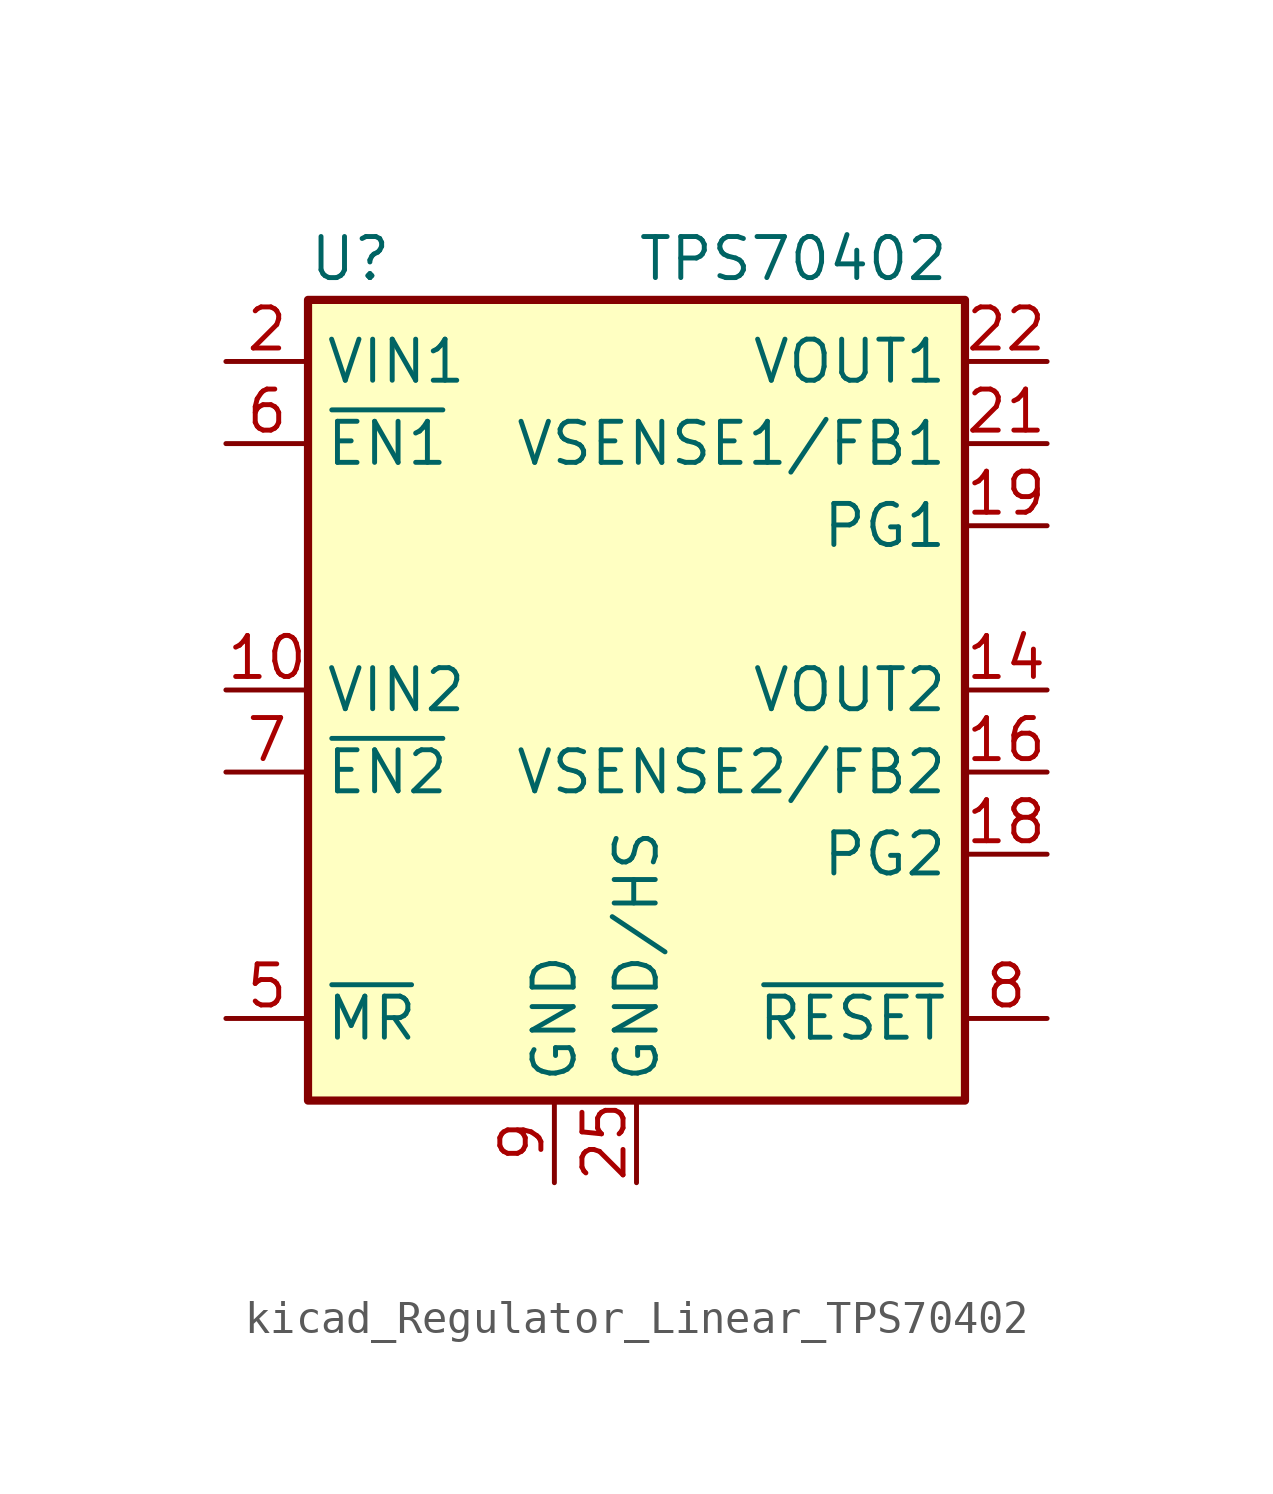
<source format=kicad_sym>
(kicad_symbol_lib
  (version 20220914)
  (generator kicad_symbol_editor)
  (symbol "kicad_Regulator_Linear_TPS70402"
    (property "Reference" "U"
      (at -10.16 13.335 0)
      (effects (font (size 1.27 1.27)) (justify left)))
    (property "Value" "TPS70402"
      (at 0 13.335 0)
      (effects (font (size 1.27 1.27)) (justify left)))
    (symbol "kicad_Regulator_Linear_TPS70402_0_1"
      (rectangle (start -10.16 12.065) (end 10.16 -12.7) (stroke (width 0.254) (type default)) (fill (type background))))
    (symbol "kicad_Regulator_Linear_TPS70402_1_1"
      (pin passive line (at 0 -15.24 90) (length 2.54) hide (name "GND/HS" (effects (font (size 1.27 1.27)))) (number "1" (effects (font (size 1.27 1.27)))))
      (pin power_in line (at -12.7 0 0) (length 2.54) (name "VIN2" (effects (font (size 1.27 1.27)))) (number "10" (effects (font (size 1.27 1.27)))))
      (pin passive line (at -12.7 0 0) (length 2.54) hide (name "VIN2" (effects (font (size 1.27 1.27)))) (number "11" (effects (font (size 1.27 1.27)))))
      (pin passive line (at 0 -15.24 90) (length 2.54) hide (name "GND/HS" (effects (font (size 1.27 1.27)))) (number "12" (effects (font (size 1.27 1.27)))))
      (pin passive line (at 0 -15.24 90) (length 2.54) hide (name "GND/HS" (effects (font (size 1.27 1.27)))) (number "13" (effects (font (size 1.27 1.27)))))
      (pin power_out line (at 12.7 0 180) (length 2.54) (name "VOUT2" (effects (font (size 1.27 1.27)))) (number "14" (effects (font (size 1.27 1.27)))))
      (pin passive line (at 12.7 0 180) (length 2.54) hide (name "VOUT2" (effects (font (size 1.27 1.27)))) (number "15" (effects (font (size 1.27 1.27)))))
      (pin input line (at 12.7 -2.54 180) (length 2.54) (name "VSENSE2/FB2" (effects (font (size 1.27 1.27)))) (number "16" (effects (font (size 1.27 1.27)))))
      (pin no_connect line (at -10.16 2.54 0) (length 2.54) hide (name "NC" (effects (font (size 1.27 1.27)))) (number "17" (effects (font (size 1.27 1.27)))))
      (pin open_collector line (at 12.7 -5.08 180) (length 2.54) (name "PG2" (effects (font (size 1.27 1.27)))) (number "18" (effects (font (size 1.27 1.27)))))
      (pin open_collector line (at 12.7 5.08 180) (length 2.54) (name "PG1" (effects (font (size 1.27 1.27)))) (number "19" (effects (font (size 1.27 1.27)))))
      (pin power_in line (at -12.7 10.16 0) (length 2.54) (name "VIN1" (effects (font (size 1.27 1.27)))) (number "2" (effects (font (size 1.27 1.27)))))
      (pin no_connect line (at -10.16 -5.08 0) (length 2.54) hide (name "NC" (effects (font (size 1.27 1.27)))) (number "20" (effects (font (size 1.27 1.27)))))
      (pin input line (at 12.7 7.62 180) (length 2.54) (name "VSENSE1/FB1" (effects (font (size 1.27 1.27)))) (number "21" (effects (font (size 1.27 1.27)))))
      (pin power_out line (at 12.7 10.16 180) (length 2.54) (name "VOUT1" (effects (font (size 1.27 1.27)))) (number "22" (effects (font (size 1.27 1.27)))))
      (pin passive line (at 12.7 10.16 180) (length 2.54) hide (name "VOUT1" (effects (font (size 1.27 1.27)))) (number "23" (effects (font (size 1.27 1.27)))))
      (pin passive line (at 0 -15.24 90) (length 2.54) hide (name "GND/HS" (effects (font (size 1.27 1.27)))) (number "24" (effects (font (size 1.27 1.27)))))
      (pin power_in line (at 0 -15.24 90) (length 2.54) (name "GND/HS" (effects (font (size 1.27 1.27)))) (number "25" (effects (font (size 1.27 1.27)))))
      (pin passive line (at -12.7 10.16 0) (length 2.54) hide (name "VIN1" (effects (font (size 1.27 1.27)))) (number "3" (effects (font (size 1.27 1.27)))))
      (pin no_connect line (at -10.16 5.08 0) (length 2.54) hide (name "NC" (effects (font (size 1.27 1.27)))) (number "4" (effects (font (size 1.27 1.27)))))
      (pin input line (at -12.7 -10.16 0) (length 2.54) (name "~{MR}" (effects (font (size 1.27 1.27)))) (number "5" (effects (font (size 1.27 1.27)))))
      (pin input line (at -12.7 7.62 0) (length 2.54) (name "~{EN1}" (effects (font (size 1.27 1.27)))) (number "6" (effects (font (size 1.27 1.27)))))
      (pin input line (at -12.7 -2.54 0) (length 2.54) (name "~{EN2}" (effects (font (size 1.27 1.27)))) (number "7" (effects (font (size 1.27 1.27)))))
      (pin open_collector line (at 12.7 -10.16 180) (length 2.54) (name "~{RESET}" (effects (font (size 1.27 1.27)))) (number "8" (effects (font (size 1.27 1.27)))))
      (pin power_in line (at -2.54 -15.24 90) (length 2.54) (name "GND" (effects (font (size 1.27 1.27)))) (number "9" (effects (font (size 1.27 1.27))))))))
</source>
